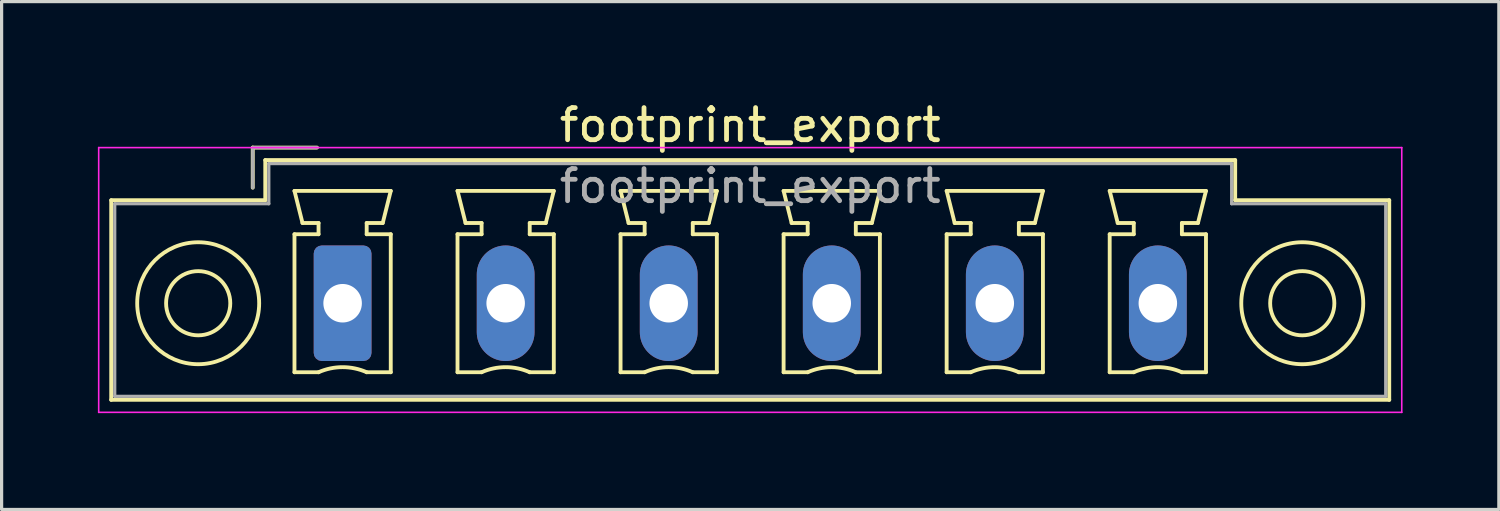
<source format=kicad_pcb>
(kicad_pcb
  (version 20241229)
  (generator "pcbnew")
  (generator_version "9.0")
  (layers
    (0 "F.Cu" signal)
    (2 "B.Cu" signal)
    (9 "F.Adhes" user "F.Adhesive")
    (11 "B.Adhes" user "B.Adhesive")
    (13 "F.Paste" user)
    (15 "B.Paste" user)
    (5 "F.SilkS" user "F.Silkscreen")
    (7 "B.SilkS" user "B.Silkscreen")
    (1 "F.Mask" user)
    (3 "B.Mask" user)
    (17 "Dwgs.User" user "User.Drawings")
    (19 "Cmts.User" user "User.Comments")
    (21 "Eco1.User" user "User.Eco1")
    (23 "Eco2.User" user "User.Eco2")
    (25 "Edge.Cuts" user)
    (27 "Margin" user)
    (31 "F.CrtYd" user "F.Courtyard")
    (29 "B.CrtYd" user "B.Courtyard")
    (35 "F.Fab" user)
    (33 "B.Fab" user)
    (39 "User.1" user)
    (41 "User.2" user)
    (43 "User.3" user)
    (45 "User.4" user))
  (footprint "footprint_export"
    (layer "F.Cu")
    (at 7.625 6.398)
    (property "Reference" "footprint_export" (at 12.7 -5.55 0) (layer "F.SilkS") (effects (font (size 1 1) (thickness 0.15))))
    (attr through_hole)
    (fp_line (start -7.21 -3.21) (end -7.21 3.01) (stroke (width 0.12) (type solid)) (layer "F.SilkS"))
    (fp_line (start -7.21 3.01) (end 32.61 3.01) (stroke (width 0.12) (type solid)) (layer "F.SilkS"))
    (fp_line (start -2.8 -4.85) (end -0.8 -4.85) (stroke (width 0.12) (type solid)) (layer "F.SilkS"))
    (fp_line (start -2.8 -3.6) (end -2.8 -4.85) (stroke (width 0.12) (type solid)) (layer "F.SilkS"))
    (fp_line (start -2.41 -4.46) (end -2.41 -3.21) (stroke (width 0.12) (type solid)) (layer "F.SilkS"))
    (fp_line (start -2.41 -3.21) (end -7.21 -3.21) (stroke (width 0.12) (type solid)) (layer "F.SilkS"))
    (fp_line (start -1.5 -3.5) (end 1.5 -3.5) (stroke (width 0.12) (type solid)) (layer "F.SilkS"))
    (fp_line (start -1.5 -2.15) (end -0.75 -2.15) (stroke (width 0.12) (type solid)) (layer "F.SilkS"))
    (fp_line (start -1.5 2.15) (end -1.5 -2.15) (stroke (width 0.12) (type solid)) (layer "F.SilkS"))
    (fp_line (start -1.25 -2.5) (end -1.5 -3.5) (stroke (width 0.12) (type solid)) (layer "F.SilkS"))
    (fp_line (start -0.75 -2.5) (end -1.25 -2.5) (stroke (width 0.12) (type solid)) (layer "F.SilkS"))
    (fp_line (start -0.75 -2.15) (end -0.75 -2.5) (stroke (width 0.12) (type solid)) (layer "F.SilkS"))
    (fp_line (start -0.75 2.15) (end -1.5 2.15) (stroke (width 0.12) (type solid)) (layer "F.SilkS"))
    (fp_line (start 0.75 -2.5) (end 0.75 -2.15) (stroke (width 0.12) (type solid)) (layer "F.SilkS"))
    (fp_line (start 0.75 -2.15) (end 1.5 -2.15) (stroke (width 0.12) (type solid)) (layer "F.SilkS"))
    (fp_line (start 1.25 -2.5) (end 0.75 -2.5) (stroke (width 0.12) (type solid)) (layer "F.SilkS"))
    (fp_line (start 1.5 -3.5) (end 1.25 -2.5) (stroke (width 0.12) (type solid)) (layer "F.SilkS"))
    (fp_line (start 1.5 -2.15) (end 1.5 2.15) (stroke (width 0.12) (type solid)) (layer "F.SilkS"))
    (fp_line (start 1.5 2.15) (end 0.75 2.15) (stroke (width 0.12) (type solid)) (layer "F.SilkS"))
    (fp_line (start 3.58 -3.5) (end 6.58 -3.5) (stroke (width 0.12) (type solid)) (layer "F.SilkS"))
    (fp_line (start 3.58 -2.15) (end 4.33 -2.15) (stroke (width 0.12) (type solid)) (layer "F.SilkS"))
    (fp_line (start 3.58 2.15) (end 3.58 -2.15) (stroke (width 0.12) (type solid)) (layer "F.SilkS"))
    (fp_line (start 3.83 -2.5) (end 3.58 -3.5) (stroke (width 0.12) (type solid)) (layer "F.SilkS"))
    (fp_line (start 4.33 -2.5) (end 3.83 -2.5) (stroke (width 0.12) (type solid)) (layer "F.SilkS"))
    (fp_line (start 4.33 -2.15) (end 4.33 -2.5) (stroke (width 0.12) (type solid)) (layer "F.SilkS"))
    (fp_line (start 4.33 2.15) (end 3.58 2.15) (stroke (width 0.12) (type solid)) (layer "F.SilkS"))
    (fp_line (start 5.83 -2.5) (end 5.83 -2.15) (stroke (width 0.12) (type solid)) (layer "F.SilkS"))
    (fp_line (start 5.83 -2.15) (end 6.58 -2.15) (stroke (width 0.12) (type solid)) (layer "F.SilkS"))
    (fp_line (start 6.33 -2.5) (end 5.83 -2.5) (stroke (width 0.12) (type solid)) (layer "F.SilkS"))
    (fp_line (start 6.58 -3.5) (end 6.33 -2.5) (stroke (width 0.12) (type solid)) (layer "F.SilkS"))
    (fp_line (start 6.58 -2.15) (end 6.58 2.15) (stroke (width 0.12) (type solid)) (layer "F.SilkS"))
    (fp_line (start 6.58 2.15) (end 5.83 2.15) (stroke (width 0.12) (type solid)) (layer "F.SilkS"))
    (fp_line (start 8.66 -3.5) (end 11.66 -3.5) (stroke (width 0.12) (type solid)) (layer "F.SilkS"))
    (fp_line (start 8.66 -2.15) (end 9.41 -2.15) (stroke (width 0.12) (type solid)) (layer "F.SilkS"))
    (fp_line (start 8.66 2.15) (end 8.66 -2.15) (stroke (width 0.12) (type solid)) (layer "F.SilkS"))
    (fp_line (start 8.91 -2.5) (end 8.66 -3.5) (stroke (width 0.12) (type solid)) (layer "F.SilkS"))
    (fp_line (start 9.41 -2.5) (end 8.91 -2.5) (stroke (width 0.12) (type solid)) (layer "F.SilkS"))
    (fp_line (start 9.41 -2.15) (end 9.41 -2.5) (stroke (width 0.12) (type solid)) (layer "F.SilkS"))
    (fp_line (start 9.41 2.15) (end 8.66 2.15) (stroke (width 0.12) (type solid)) (layer "F.SilkS"))
    (fp_line (start 10.91 -2.5) (end 10.91 -2.15) (stroke (width 0.12) (type solid)) (layer "F.SilkS"))
    (fp_line (start 10.91 -2.15) (end 11.66 -2.15) (stroke (width 0.12) (type solid)) (layer "F.SilkS"))
    (fp_line (start 11.41 -2.5) (end 10.91 -2.5) (stroke (width 0.12) (type solid)) (layer "F.SilkS"))
    (fp_line (start 11.66 -3.5) (end 11.41 -2.5) (stroke (width 0.12) (type solid)) (layer "F.SilkS"))
    (fp_line (start 11.66 -2.15) (end 11.66 2.15) (stroke (width 0.12) (type solid)) (layer "F.SilkS"))
    (fp_line (start 11.66 2.15) (end 10.91 2.15) (stroke (width 0.12) (type solid)) (layer "F.SilkS"))
    (fp_line (start 13.74 -3.5) (end 16.74 -3.5) (stroke (width 0.12) (type solid)) (layer "F.SilkS"))
    (fp_line (start 13.74 -2.15) (end 14.49 -2.15) (stroke (width 0.12) (type solid)) (layer "F.SilkS"))
    (fp_line (start 13.74 2.15) (end 13.74 -2.15) (stroke (width 0.12) (type solid)) (layer "F.SilkS"))
    (fp_line (start 13.99 -2.5) (end 13.74 -3.5) (stroke (width 0.12) (type solid)) (layer "F.SilkS"))
    (fp_line (start 14.49 -2.5) (end 13.99 -2.5) (stroke (width 0.12) (type solid)) (layer "F.SilkS"))
    (fp_line (start 14.49 -2.15) (end 14.49 -2.5) (stroke (width 0.12) (type solid)) (layer "F.SilkS"))
    (fp_line (start 14.49 2.15) (end 13.74 2.15) (stroke (width 0.12) (type solid)) (layer "F.SilkS"))
    (fp_line (start 15.99 -2.5) (end 15.99 -2.15) (stroke (width 0.12) (type solid)) (layer "F.SilkS"))
    (fp_line (start 15.99 -2.15) (end 16.74 -2.15) (stroke (width 0.12) (type solid)) (layer "F.SilkS"))
    (fp_line (start 16.49 -2.5) (end 15.99 -2.5) (stroke (width 0.12) (type solid)) (layer "F.SilkS"))
    (fp_line (start 16.74 -3.5) (end 16.49 -2.5) (stroke (width 0.12) (type solid)) (layer "F.SilkS"))
    (fp_line (start 16.74 -2.15) (end 16.74 2.15) (stroke (width 0.12) (type solid)) (layer "F.SilkS"))
    (fp_line (start 16.74 2.15) (end 15.99 2.15) (stroke (width 0.12) (type solid)) (layer "F.SilkS"))
    (fp_line (start 18.82 -3.5) (end 21.82 -3.5) (stroke (width 0.12) (type solid)) (layer "F.SilkS"))
    (fp_line (start 18.82 -2.15) (end 19.57 -2.15) (stroke (width 0.12) (type solid)) (layer "F.SilkS"))
    (fp_line (start 18.82 2.15) (end 18.82 -2.15) (stroke (width 0.12) (type solid)) (layer "F.SilkS"))
    (fp_line (start 19.07 -2.5) (end 18.82 -3.5) (stroke (width 0.12) (type solid)) (layer "F.SilkS"))
    (fp_line (start 19.57 -2.5) (end 19.07 -2.5) (stroke (width 0.12) (type solid)) (layer "F.SilkS"))
    (fp_line (start 19.57 -2.15) (end 19.57 -2.5) (stroke (width 0.12) (type solid)) (layer "F.SilkS"))
    (fp_line (start 19.57 2.15) (end 18.82 2.15) (stroke (width 0.12) (type solid)) (layer "F.SilkS"))
    (fp_line (start 21.07 -2.5) (end 21.07 -2.15) (stroke (width 0.12) (type solid)) (layer "F.SilkS"))
    (fp_line (start 21.07 -2.15) (end 21.82 -2.15) (stroke (width 0.12) (type solid)) (layer "F.SilkS"))
    (fp_line (start 21.57 -2.5) (end 21.07 -2.5) (stroke (width 0.12) (type solid)) (layer "F.SilkS"))
    (fp_line (start 21.82 -3.5) (end 21.57 -2.5) (stroke (width 0.12) (type solid)) (layer "F.SilkS"))
    (fp_line (start 21.82 -2.15) (end 21.82 2.15) (stroke (width 0.12) (type solid)) (layer "F.SilkS"))
    (fp_line (start 21.82 2.15) (end 21.07 2.15) (stroke (width 0.12) (type solid)) (layer "F.SilkS"))
    (fp_line (start 23.9 -3.5) (end 26.9 -3.5) (stroke (width 0.12) (type solid)) (layer "F.SilkS"))
    (fp_line (start 23.9 -2.15) (end 24.65 -2.15) (stroke (width 0.12) (type solid)) (layer "F.SilkS"))
    (fp_line (start 23.9 2.15) (end 23.9 -2.15) (stroke (width 0.12) (type solid)) (layer "F.SilkS"))
    (fp_line (start 24.15 -2.5) (end 23.9 -3.5) (stroke (width 0.12) (type solid)) (layer "F.SilkS"))
    (fp_line (start 24.65 -2.5) (end 24.15 -2.5) (stroke (width 0.12) (type solid)) (layer "F.SilkS"))
    (fp_line (start 24.65 -2.15) (end 24.65 -2.5) (stroke (width 0.12) (type solid)) (layer "F.SilkS"))
    (fp_line (start 24.65 2.15) (end 23.9 2.15) (stroke (width 0.12) (type solid)) (layer "F.SilkS"))
    (fp_line (start 26.15 -2.5) (end 26.15 -2.15) (stroke (width 0.12) (type solid)) (layer "F.SilkS"))
    (fp_line (start 26.15 -2.15) (end 26.9 -2.15) (stroke (width 0.12) (type solid)) (layer "F.SilkS"))
    (fp_line (start 26.65 -2.5) (end 26.15 -2.5) (stroke (width 0.12) (type solid)) (layer "F.SilkS"))
    (fp_line (start 26.9 -3.5) (end 26.65 -2.5) (stroke (width 0.12) (type solid)) (layer "F.SilkS"))
    (fp_line (start 26.9 -2.15) (end 26.9 2.15) (stroke (width 0.12) (type solid)) (layer "F.SilkS"))
    (fp_line (start 26.9 2.15) (end 26.15 2.15) (stroke (width 0.12) (type solid)) (layer "F.SilkS"))
    (fp_line (start 27.81 -4.46) (end -2.41 -4.46) (stroke (width 0.12) (type solid)) (layer "F.SilkS"))
    (fp_line (start 27.81 -3.21) (end 27.81 -4.46) (stroke (width 0.12) (type solid)) (layer "F.SilkS"))
    (fp_line (start 32.61 -3.21) (end 27.81 -3.21) (stroke (width 0.12) (type solid)) (layer "F.SilkS"))
    (fp_line (start 32.61 3.01) (end 32.61 -3.21) (stroke (width 0.12) (type solid)) (layer "F.SilkS"))
    (fp_arc (start -0.75 2.15) (mid -0.000193 1.99191) (end 0.749647 2.149844) (stroke (width 0.12) (type solid)) (layer "F.SilkS"))
    (fp_arc (start 4.33 2.15) (mid 5.079807 1.99191) (end 5.829647 2.149844) (stroke (width 0.12) (type solid)) (layer "F.SilkS"))
    (fp_arc (start 9.41 2.15) (mid 10.159807 1.99191) (end 10.909647 2.149844) (stroke (width 0.12) (type solid)) (layer "F.SilkS"))
    (fp_arc (start 14.49 2.15) (mid 15.239807 1.99191) (end 15.989647 2.149844) (stroke (width 0.12) (type solid)) (layer "F.SilkS"))
    (fp_arc (start 19.57 2.15) (mid 20.319807 1.99191) (end 21.069647 2.149844) (stroke (width 0.12) (type solid)) (layer "F.SilkS"))
    (fp_arc (start 24.65 2.15) (mid 25.399807 1.99191) (end 26.149647 2.149844) (stroke (width 0.12) (type solid)) (layer "F.SilkS"))
    (fp_circle (center -4.5 0) (end -3.5 0) (stroke (width 0.12) (type solid)) (fill no) (layer "F.SilkS"))
    (fp_circle (center -4.5 0) (end -2.6 0) (stroke (width 0.12) (type solid)) (fill no) (layer "F.SilkS"))
    (fp_circle (center 29.9 0) (end 30.9 0) (stroke (width 0.12) (type solid)) (fill no) (layer "F.SilkS"))
    (fp_circle (center 29.9 0) (end 31.8 0) (stroke (width 0.12) (type solid)) (fill no) (layer "F.SilkS"))
    (fp_line (start -7.6 -4.85) (end -7.6 3.4) (stroke (width 0.05) (type solid)) (layer "F.CrtYd"))
    (fp_line (start -7.6 3.4) (end 33 3.4) (stroke (width 0.05) (type solid)) (layer "F.CrtYd"))
    (fp_line (start 33 -4.85) (end -7.6 -4.85) (stroke (width 0.05) (type solid)) (layer "F.CrtYd"))
    (fp_line (start 33 3.4) (end 33 -4.85) (stroke (width 0.05) (type solid)) (layer "F.CrtYd"))
    (fp_line (start -7.1 -3.1) (end -7.1 2.9) (stroke (width 0.1) (type solid)) (layer "F.Fab"))
    (fp_line (start -7.1 2.9) (end 32.5 2.9) (stroke (width 0.1) (type solid)) (layer "F.Fab"))
    (fp_line (start -2.8 -4.85) (end -0.8 -4.85) (stroke (width 0.1) (type solid)) (layer "F.Fab"))
    (fp_line (start -2.8 -3.6) (end -2.8 -4.85) (stroke (width 0.1) (type solid)) (layer "F.Fab"))
    (fp_line (start -2.3 -4.35) (end -2.3 -3.1) (stroke (width 0.1) (type solid)) (layer "F.Fab"))
    (fp_line (start -2.3 -3.1) (end -7.1 -3.1) (stroke (width 0.1) (type solid)) (layer "F.Fab"))
    (fp_line (start 27.7 -4.35) (end -2.3 -4.35) (stroke (width 0.1) (type solid)) (layer "F.Fab"))
    (fp_line (start 27.7 -3.1) (end 27.7 -4.35) (stroke (width 0.1) (type solid)) (layer "F.Fab"))
    (fp_line (start 32.5 -3.1) (end 27.7 -3.1) (stroke (width 0.1) (type solid)) (layer "F.Fab"))
    (fp_line (start 32.5 2.9) (end 32.5 -3.1) (stroke (width 0.1) (type solid)) (layer "F.Fab"))
    (fp_text user "${REFERENCE}" (at 12.7 -3.65 0) (layer "F.Fab") (effects (font (size 1 1) (thickness 0.15))))
    (pad "1" thru_hole roundrect (at 0 0) (size 1.8 3.6) (drill 1.2) (layers "*.Cu" "*.Mask") (roundrect_rratio 0.139))
    (pad "2" thru_hole oval (at 5.08 0) (size 1.8 3.6) (drill 1.2) (layers "*.Cu" "*.Mask"))
    (pad "3" thru_hole oval (at 10.16 0) (size 1.8 3.6) (drill 1.2) (layers "*.Cu" "*.Mask"))
    (pad "4" thru_hole oval (at 15.24 0) (size 1.8 3.6) (drill 1.2) (layers "*.Cu" "*.Mask"))
    (pad "5" thru_hole oval (at 20.32 0) (size 1.8 3.6) (drill 1.2) (layers "*.Cu" "*.Mask"))
    (pad "6" thru_hole oval (at 25.4 0) (size 1.8 3.6) (drill 1.2) (layers "*.Cu" "*.Mask")))
  (gr_rect
    (start -3 -3)
    (end 43.65 12.823)
    (stroke (width 0.1) (type default))
    (fill no)
    (layer "Edge.Cuts")))
</source>
